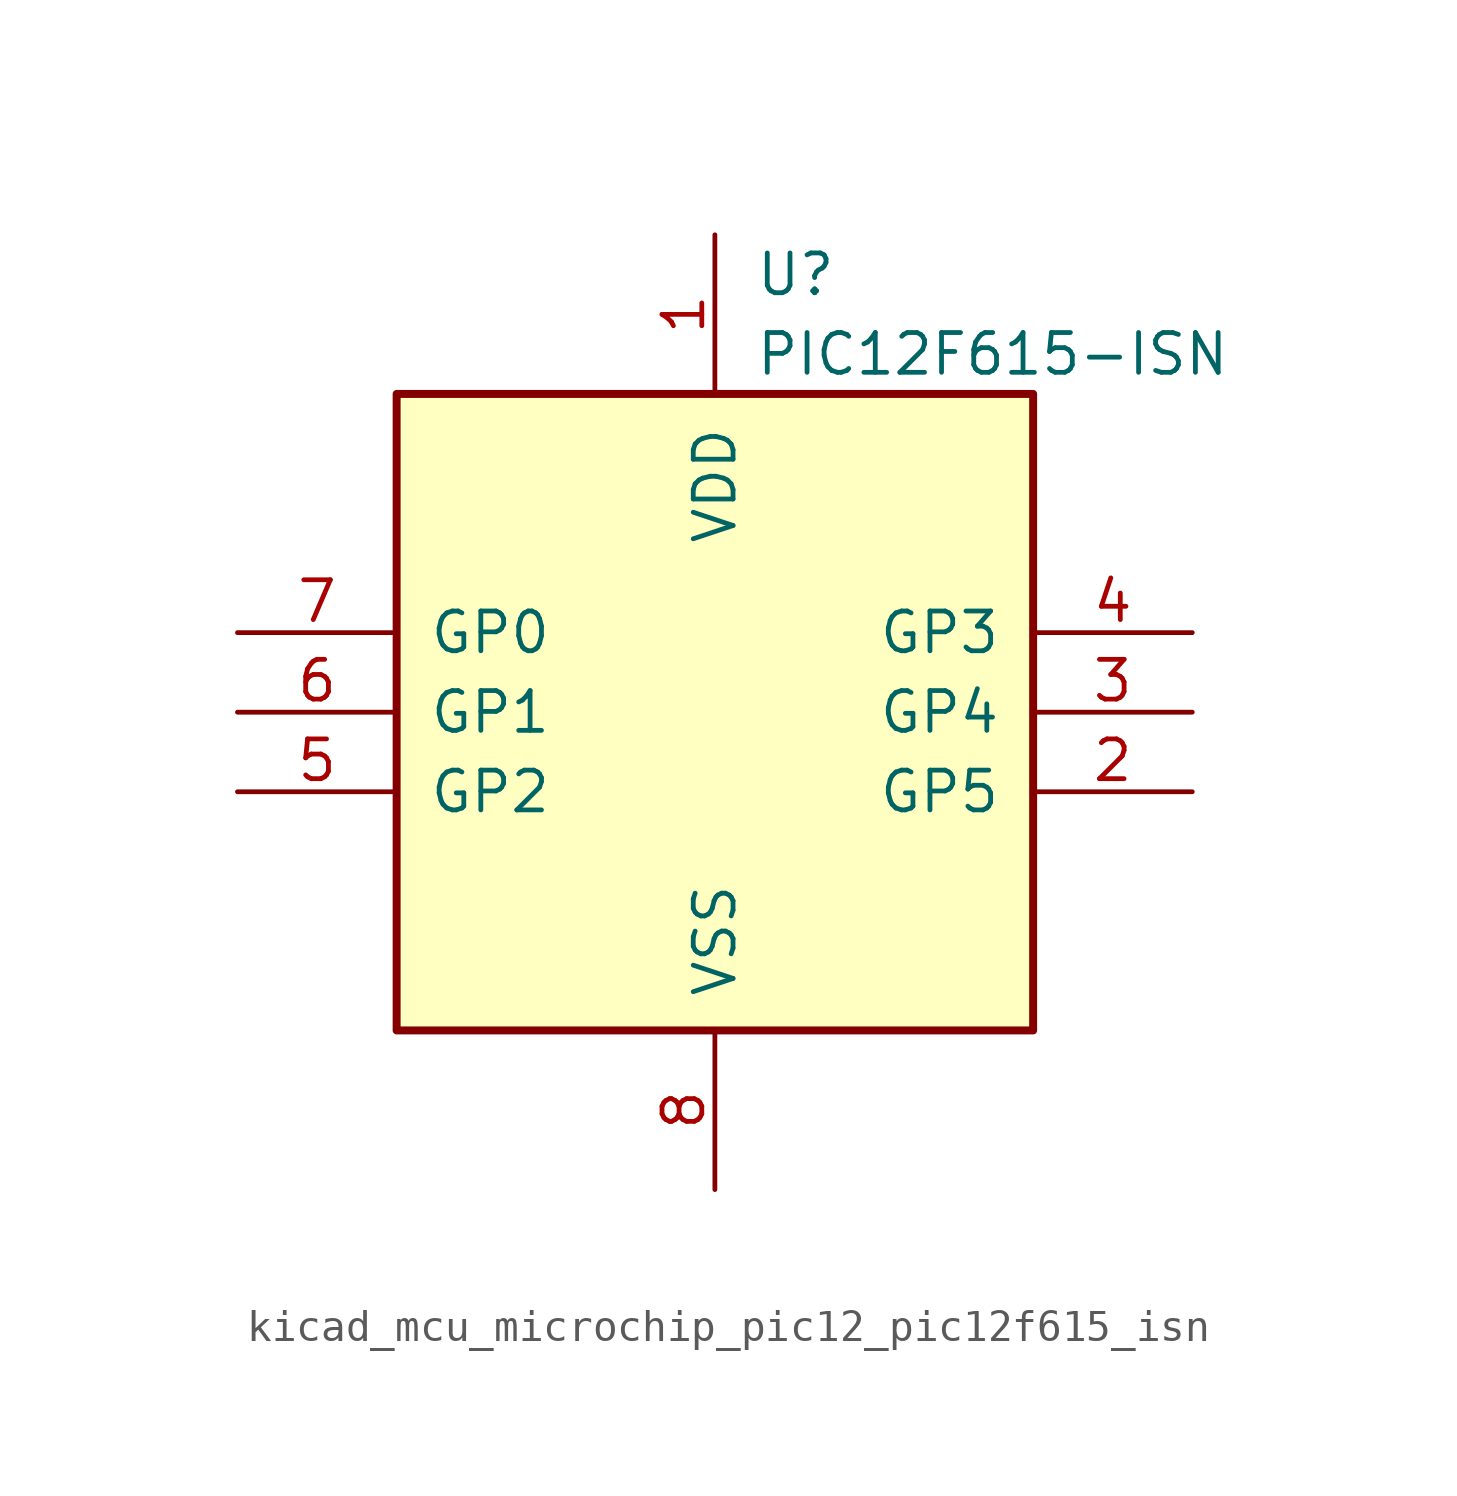
<source format=kicad_sym>
(kicad_symbol_lib
  (version 20220914)
  (generator kicad_symbol_editor)
  (symbol "kicad_mcu_microchip_pic12_pic12f615_isn"
    (pin_names
      (offset 1.016))
    (property "Reference" "U"
      (at 1.27 13.97 0)
      (effects (font (size 1.27 1.27)) (justify left)))
    (property "Value" "PIC12F615-ISN"
      (at 1.27 11.43 0)
      (effects (font (size 1.27 1.27)) (justify left)))
    (symbol "kicad_mcu_microchip_pic12_pic12f615_isn_0_1"
      (rectangle (start 10.16 -10.16) (end -10.16 10.16) (stroke (width 0.254) (type default)) (fill (type background))))
    (symbol "kicad_mcu_microchip_pic12_pic12f615_isn_1_1"
      (pin power_in line (at 0 15.24 270) (length 5.08) (name "VDD" (effects (font (size 1.27 1.27)))) (number "1" (effects (font (size 1.27 1.27)))))
      (pin bidirectional line (at 15.24 -2.54 180) (length 5.08) (name "GP5" (effects (font (size 1.27 1.27)))) (number "2" (effects (font (size 1.27 1.27)))))
      (pin bidirectional line (at 15.24 0 180) (length 5.08) (name "GP4" (effects (font (size 1.27 1.27)))) (number "3" (effects (font (size 1.27 1.27)))))
      (pin input line (at 15.24 2.54 180) (length 5.08) (name "GP3" (effects (font (size 1.27 1.27)))) (number "4" (effects (font (size 1.27 1.27)))))
      (pin bidirectional line (at -15.24 -2.54 0) (length 5.08) (name "GP2" (effects (font (size 1.27 1.27)))) (number "5" (effects (font (size 1.27 1.27)))))
      (pin bidirectional line (at -15.24 0 0) (length 5.08) (name "GP1" (effects (font (size 1.27 1.27)))) (number "6" (effects (font (size 1.27 1.27)))))
      (pin bidirectional line (at -15.24 2.54 0) (length 5.08) (name "GP0" (effects (font (size 1.27 1.27)))) (number "7" (effects (font (size 1.27 1.27)))))
      (pin power_in line (at 0 -15.24 90) (length 5.08) (name "VSS" (effects (font (size 1.27 1.27)))) (number "8" (effects (font (size 1.27 1.27))))))))
</source>
